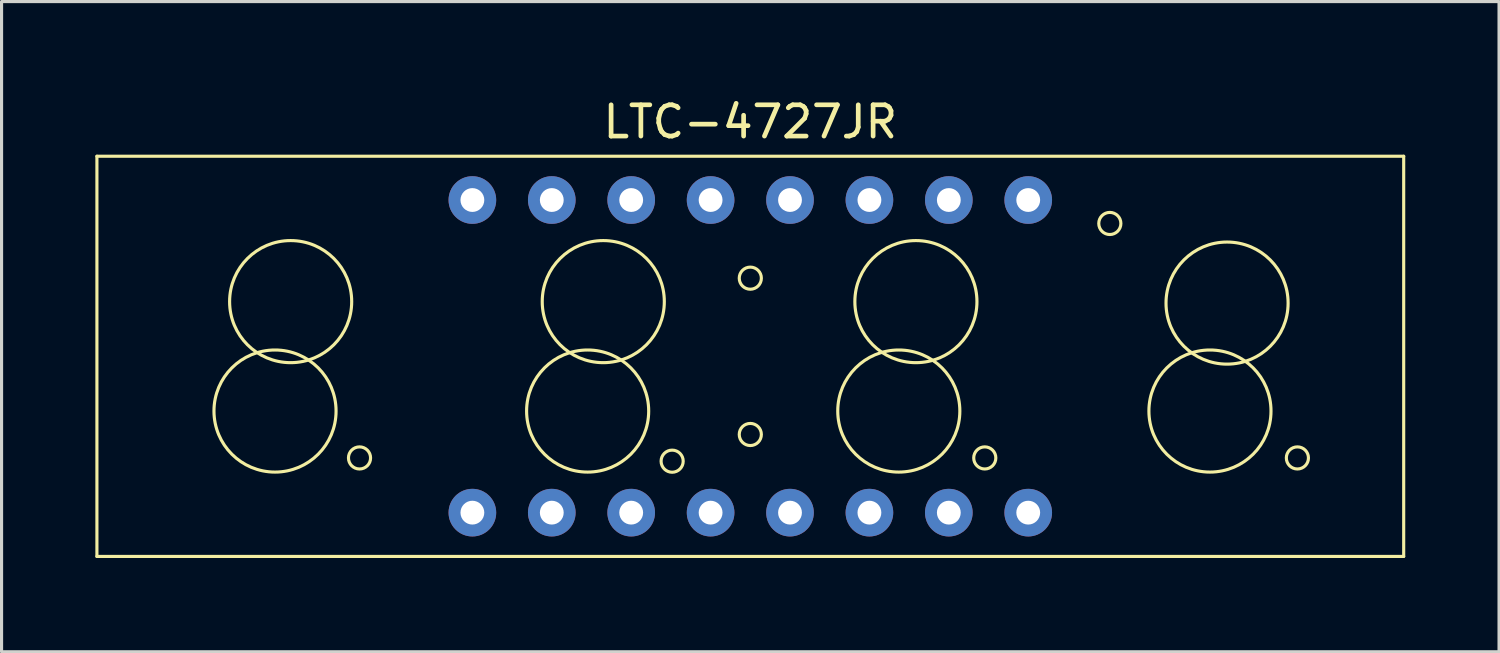
<source format=kicad_pcb>
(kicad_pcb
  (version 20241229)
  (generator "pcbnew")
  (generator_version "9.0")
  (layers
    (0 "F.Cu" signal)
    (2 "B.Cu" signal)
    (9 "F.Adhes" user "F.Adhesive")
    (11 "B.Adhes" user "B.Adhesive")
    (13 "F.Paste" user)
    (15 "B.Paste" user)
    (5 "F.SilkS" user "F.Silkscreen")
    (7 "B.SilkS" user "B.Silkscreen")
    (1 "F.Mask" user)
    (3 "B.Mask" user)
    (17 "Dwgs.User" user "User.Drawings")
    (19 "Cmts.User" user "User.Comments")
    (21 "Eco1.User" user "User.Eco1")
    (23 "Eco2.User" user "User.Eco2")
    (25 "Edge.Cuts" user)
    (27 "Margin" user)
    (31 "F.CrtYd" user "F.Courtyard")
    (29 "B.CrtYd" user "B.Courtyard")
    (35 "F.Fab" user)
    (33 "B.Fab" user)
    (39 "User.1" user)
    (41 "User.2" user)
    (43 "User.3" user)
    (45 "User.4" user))
  (footprint "LTC-4727JR"
    (layer "F.Cu")
    (at 20.95 8.348)
    (property "Reference" "LTC-4727JR" (at 0 -7.5 0) (layer "F.SilkS") (effects (font (size 1 1) (thickness 0.15))))
    (attr through_hole)
    (fp_line (start -20.9 -6.4) (end -20.9 6.4) (stroke (width 0.1) (type solid)) (layer "F.SilkS"))
    (fp_line (start 20.9 -6.4) (end -20.9 -6.4) (stroke (width 0.1) (type solid)) (layer "F.SilkS"))
    (fp_line (start 20.9 6.4) (end -20.9 6.4) (stroke (width 0.1) (type solid)) (layer "F.SilkS"))
    (fp_line (start 20.9 6.4) (end 20.9 -6.4) (stroke (width 0.1) (type solid)) (layer "F.SilkS"))
    (fp_circle (center -15.203 1.75) (end -13.953 3.25) (stroke (width 0.1) (type solid)) (fill no) (layer "F.SilkS"))
    (fp_circle (center -14.703 -1.75) (end -13.453 -0.25) (stroke (width 0.1) (type solid)) (fill no) (layer "F.SilkS"))
    (fp_circle (center -12.5 3.25) (end -12.25 3.5) (stroke (width 0.1) (type solid)) (fill no) (layer "F.SilkS"))
    (fp_circle (center -5.203 1.75) (end -3.953 3.25) (stroke (width 0.1) (type solid)) (fill no) (layer "F.SilkS"))
    (fp_circle (center -4.703 -1.75) (end -3.453 -0.25) (stroke (width 0.1) (type solid)) (fill no) (layer "F.SilkS"))
    (fp_circle (center -2.5 3.354) (end -2.25 3.604) (stroke (width 0.1) (type solid)) (fill no) (layer "F.SilkS"))
    (fp_circle (center 0 -2.5) (end 0.25 -2.25) (stroke (width 0.1) (type solid)) (fill no) (layer "F.SilkS"))
    (fp_circle (center 0 2.5) (end 0.25 2.75) (stroke (width 0.1) (type solid)) (fill no) (layer "F.SilkS"))
    (fp_circle (center 4.75 1.75) (end 6 3.25) (stroke (width 0.1) (type solid)) (fill no) (layer "F.SilkS"))
    (fp_circle (center 5.297 -1.75) (end 6.547 -0.25) (stroke (width 0.1) (type solid)) (fill no) (layer "F.SilkS"))
    (fp_circle (center 7.5 3.25) (end 7.75 3.5) (stroke (width 0.1) (type solid)) (fill no) (layer "F.SilkS"))
    (fp_circle (center 11.5 -4.25) (end 11.75 -4) (stroke (width 0.1) (type solid)) (fill no) (layer "F.SilkS"))
    (fp_circle (center 14.703 1.75) (end 15.953 3.25) (stroke (width 0.1) (type solid)) (fill no) (layer "F.SilkS"))
    (fp_circle (center 15.25 -1.703) (end 16.5 -0.203) (stroke (width 0.1) (type solid)) (fill no) (layer "F.SilkS"))
    (fp_circle (center 17.5 3.25) (end 17.75 3.5) (stroke (width 0.1) (type solid)) (fill no) (layer "F.SilkS"))
    (pad "1" thru_hole circle (at -8.89 5) (size 1.524 1.524) (drill 0.762) (layers "*.Cu" "*.Mask"))
    (pad "2" thru_hole circle (at -6.35 5) (size 1.524 1.524) (drill 0.762) (layers "*.Cu" "*.Mask"))
    (pad "3" thru_hole circle (at -3.81 5) (size 1.524 1.524) (drill 0.762) (layers "*.Cu" "*.Mask"))
    (pad "4" thru_hole circle (at -1.27 5) (size 1.524 1.524) (drill 0.762) (layers "*.Cu" "*.Mask"))
    (pad "5" thru_hole circle (at 1.27 5) (size 1.524 1.524) (drill 0.762) (layers "*.Cu" "*.Mask"))
    (pad "6" thru_hole circle (at 3.81 5) (size 1.524 1.524) (drill 0.762) (layers "*.Cu" "*.Mask"))
    (pad "7" thru_hole circle (at 6.35 5) (size 1.524 1.524) (drill 0.762) (layers "*.Cu" "*.Mask"))
    (pad "8" thru_hole circle (at 8.89 5) (size 1.524 1.524) (drill 0.762) (layers "*.Cu" "*.Mask"))
    (pad "9" thru_hole circle (at 8.89 -5) (size 1.524 1.524) (drill 0.762) (layers "*.Cu" "*.Mask"))
    (pad "10" thru_hole circle (at 6.35 -5) (size 1.524 1.524) (drill 0.762) (layers "*.Cu" "*.Mask"))
    (pad "11" thru_hole circle (at 3.81 -5) (size 1.524 1.524) (drill 0.762) (layers "*.Cu" "*.Mask"))
    (pad "12" thru_hole circle (at 1.27 -5) (size 1.524 1.524) (drill 0.762) (layers "*.Cu" "*.Mask"))
    (pad "13" thru_hole circle (at -1.27 -5) (size 1.524 1.524) (drill 0.762) (layers "*.Cu" "*.Mask"))
    (pad "14" thru_hole circle (at -3.81 -5) (size 1.524 1.524) (drill 0.762) (layers "*.Cu" "*.Mask"))
    (pad "15" thru_hole circle (at -6.35 -5) (size 1.524 1.524) (drill 0.762) (layers "*.Cu" "*.Mask"))
    (pad "16" thru_hole circle (at -8.89 -5) (size 1.524 1.524) (drill 0.762) (layers "*.Cu" "*.Mask")))
  (gr_rect
    (start -3 -3)
    (end 44.9 17.798)
    (stroke (width 0.1) (type default))
    (fill no)
    (layer "Edge.Cuts")))
</source>
